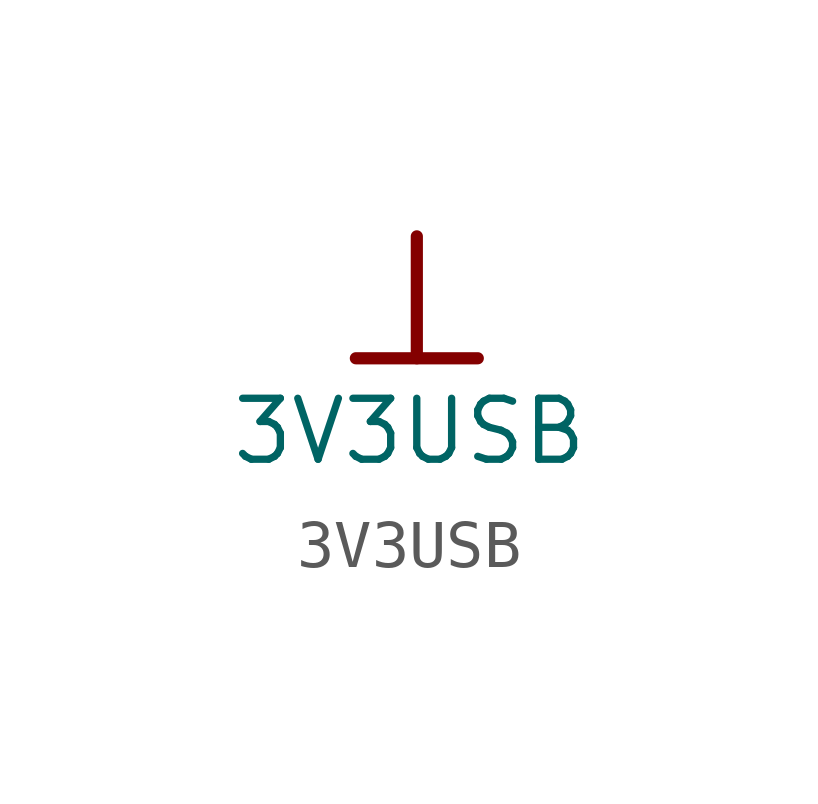
<source format=kicad_sym>
(kicad_symbol_lib
  (version 20220914)
  (generator kicad_symbol_editor)
  (symbol "3V3USB"
    (power)
    (property "Reference" "#PWR0122"
      (at 0 0 0)
      (effects (font (size 1.27 1.27)) hide))
    (property "Value" "3V3USB"
      (at 3.607 -4.064 0)
      (effects (font (size 1.27 1.27)) (justify right)))
    (symbol "3V3USB_0_0"
      (polyline (pts (xy -1.27 -2.54) (xy 1.27 -2.54)) (stroke (width 0.254) (type solid)) (fill (type none)))
      (polyline (pts (xy 0 0) (xy 0 -2.54)) (stroke (width 0.254) (type solid)) (fill (type none)))
      (pin power_in line (at 0 0 0) (length 0) hide (name "3V3USB" (effects (font (size 1.27 1.27)))) (number "" (effects (font (size 1.27 1.27))))))))
</source>
